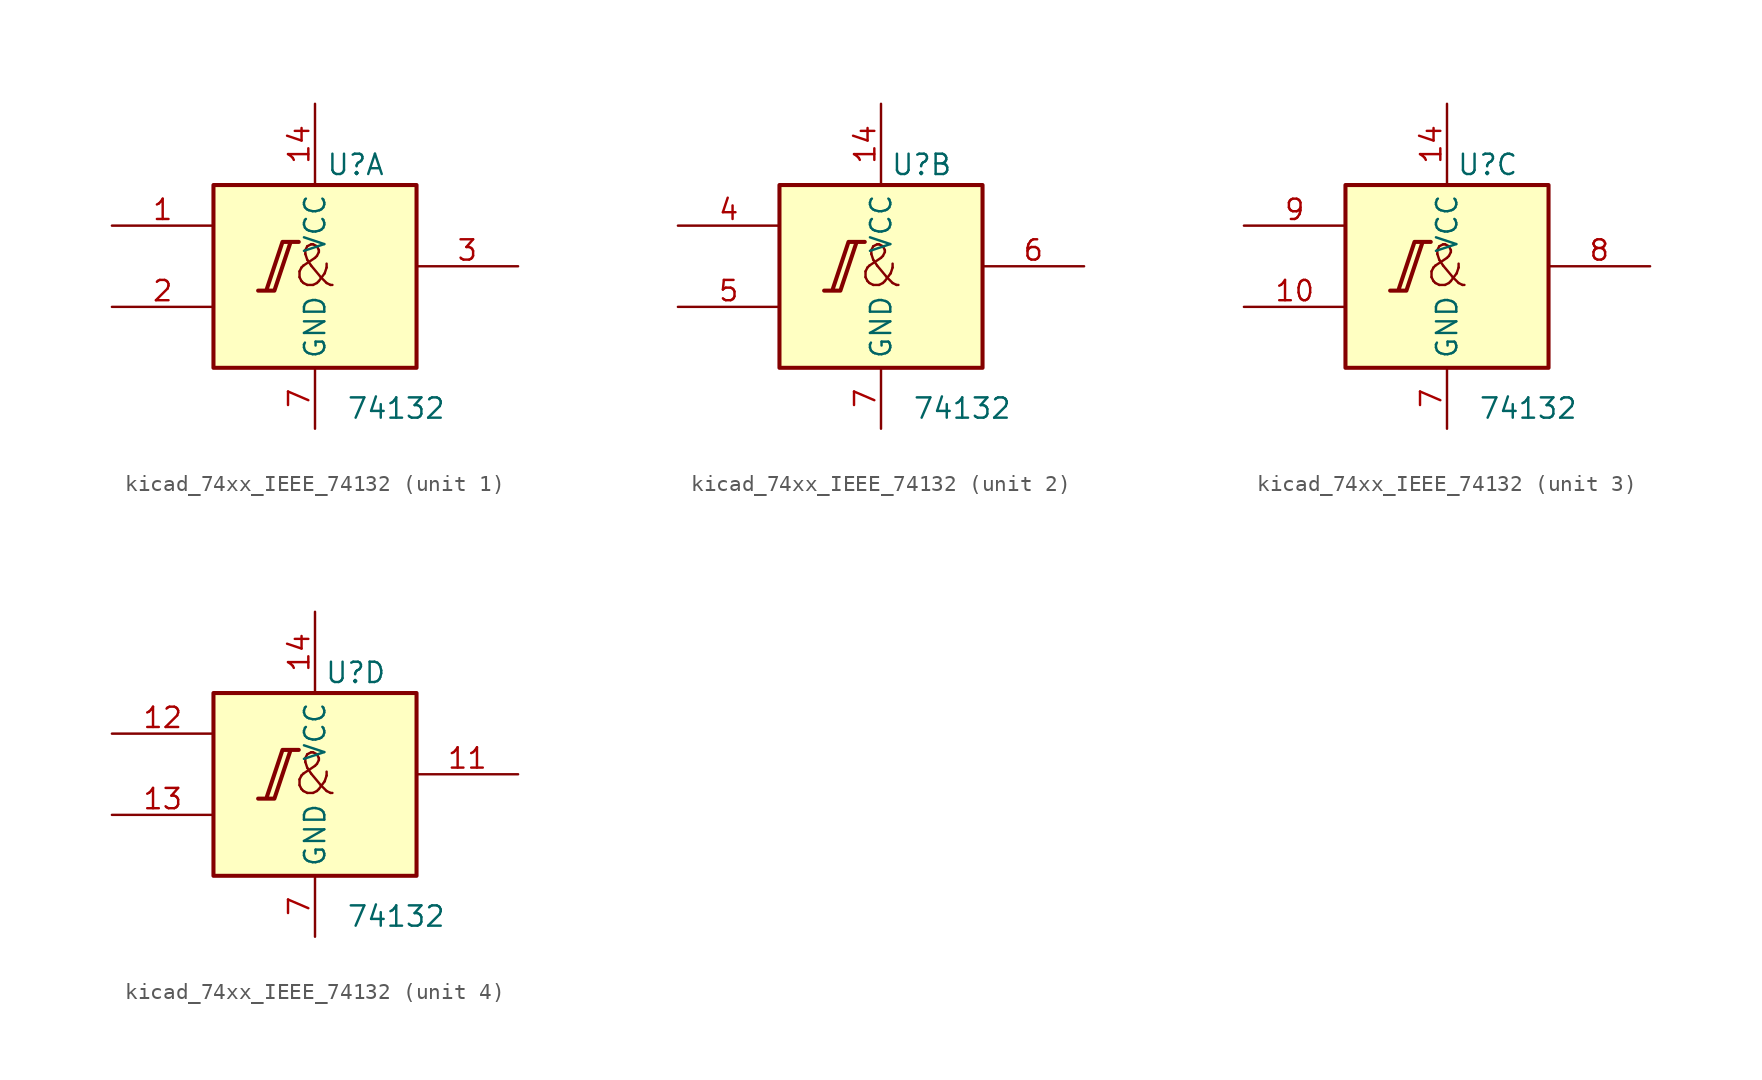
<source format=kicad_sym>
(kicad_symbol_lib
  (version 20220914)
  (generator kicad_symbol_editor)
  (symbol "kicad_74xx_IEEE_74132"
    (property "Reference" "U"
      (at 2.54 6.35 0)
      (effects (font (size 1.27 1.27))))
    (property "Value" "74132"
      (at 5.08 -8.89 0)
      (effects (font (size 1.27 1.27))))
    (symbol "kicad_74xx_IEEE_74132_0_0"
      (polyline (pts (xy -3.556 -1.524) (xy -2.54 -1.524) (xy -1.524 1.524) (xy -1.016 1.524) (xy -2.032 1.524) (xy -3.048 -1.524) (xy -3.048 -1.524)) (stroke (width 0.254) (type default)) (fill (type background))))
    (symbol "kicad_74xx_IEEE_74132_0_1"
      (rectangle (start -6.35 5.08) (end 6.35 -6.35) (stroke (width 0.254) (type default)) (fill (type background)))
      (text "&" (at 0 0 0) (effects (font (size 2.54 2.54))))
      (pin power_in line (at 0 10.16 270) (length 5.08) (name "VCC" (effects (font (size 1.27 1.27)))) (number "14" (effects (font (size 1.27 1.27)))))
      (pin power_in line (at 0 -10.16 90) (length 3.81) (name "GND" (effects (font (size 1.27 1.27)))) (number "7" (effects (font (size 1.27 1.27))))))
    (symbol "kicad_74xx_IEEE_74132_1_1"
      (pin input line (at -12.7 2.54 0) (length 6.35) (name "~" (effects (font (size 1.27 1.27)))) (number "1" (effects (font (size 1.27 1.27)))))
      (pin input line (at -12.7 -2.54 0) (length 6.35) (name "~" (effects (font (size 1.27 1.27)))) (number "2" (effects (font (size 1.27 1.27)))))
      (pin output line (at 12.7 0 180) (length 6.35) (name "~" (effects (font (size 1.27 1.27)))) (number "3" (effects (font (size 1.27 1.27))))))
    (symbol "kicad_74xx_IEEE_74132_2_1"
      (pin input line (at -12.7 2.54 0) (length 6.35) (name "~" (effects (font (size 1.27 1.27)))) (number "4" (effects (font (size 1.27 1.27)))))
      (pin input line (at -12.7 -2.54 0) (length 6.35) (name "~" (effects (font (size 1.27 1.27)))) (number "5" (effects (font (size 1.27 1.27)))))
      (pin output line (at 12.7 0 180) (length 6.35) (name "~" (effects (font (size 1.27 1.27)))) (number "6" (effects (font (size 1.27 1.27))))))
    (symbol "kicad_74xx_IEEE_74132_3_1"
      (pin input line (at -12.7 -2.54 0) (length 6.35) (name "~" (effects (font (size 1.27 1.27)))) (number "10" (effects (font (size 1.27 1.27)))))
      (pin output line (at 12.7 0 180) (length 6.35) (name "~" (effects (font (size 1.27 1.27)))) (number "8" (effects (font (size 1.27 1.27)))))
      (pin input line (at -12.7 2.54 0) (length 6.35) (name "~" (effects (font (size 1.27 1.27)))) (number "9" (effects (font (size 1.27 1.27))))))
    (symbol "kicad_74xx_IEEE_74132_4_1"
      (pin output line (at 12.7 0 180) (length 6.35) (name "~" (effects (font (size 1.27 1.27)))) (number "11" (effects (font (size 1.27 1.27)))))
      (pin input line (at -12.7 2.54 0) (length 6.35) (name "~" (effects (font (size 1.27 1.27)))) (number "12" (effects (font (size 1.27 1.27)))))
      (pin input line (at -12.7 -2.54 0) (length 6.35) (name "~" (effects (font (size 1.27 1.27)))) (number "13" (effects (font (size 1.27 1.27))))))))
</source>
